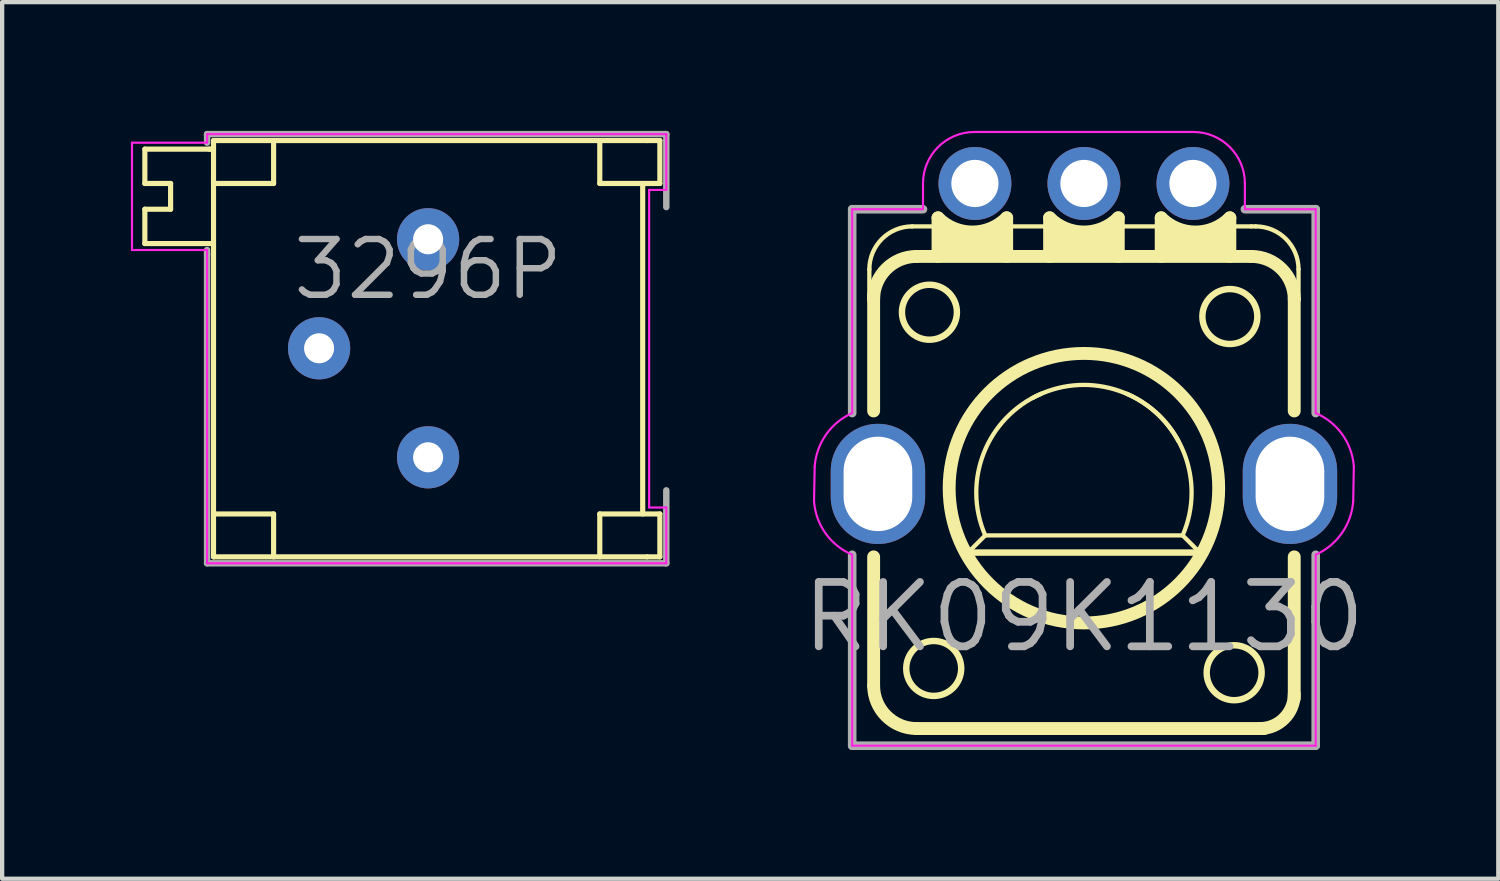
<source format=kicad_pcb>
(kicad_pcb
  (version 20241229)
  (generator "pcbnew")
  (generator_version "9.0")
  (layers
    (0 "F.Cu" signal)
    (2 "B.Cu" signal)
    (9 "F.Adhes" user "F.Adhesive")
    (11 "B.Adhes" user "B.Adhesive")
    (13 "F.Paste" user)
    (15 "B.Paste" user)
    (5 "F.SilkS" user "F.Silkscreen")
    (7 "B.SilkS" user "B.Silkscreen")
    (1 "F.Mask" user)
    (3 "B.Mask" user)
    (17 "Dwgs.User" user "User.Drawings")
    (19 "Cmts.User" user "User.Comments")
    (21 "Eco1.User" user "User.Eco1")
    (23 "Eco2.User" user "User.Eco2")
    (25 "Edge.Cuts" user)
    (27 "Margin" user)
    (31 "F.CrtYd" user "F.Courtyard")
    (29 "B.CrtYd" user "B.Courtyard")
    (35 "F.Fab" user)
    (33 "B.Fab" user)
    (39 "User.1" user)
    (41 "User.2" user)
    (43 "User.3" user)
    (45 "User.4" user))
  (footprint "3296P"
    (layer "F.Cu")
    (at 6.925 5.025)
    (property "Reference" "3296P" (at 0 -1.8 0) (layer "F.Fab") (effects (font (size 1.3 1.3) (thickness 0.15))))
    (attr through_hole)
    (fp_line (start -6.6 -4.6) (end -6.6 -3.8) (stroke (width 0.12) (type solid)) (layer "F.SilkS"))
    (fp_line (start -6.6 -3.8) (end -6 -3.8) (stroke (width 0.12) (type solid)) (layer "F.SilkS"))
    (fp_line (start -6.6 -3.2) (end -6.6 -2.4) (stroke (width 0.12) (type solid)) (layer "F.SilkS"))
    (fp_line (start -6.6 -2.4) (end -5.1 -2.4) (stroke (width 0.12) (type solid)) (layer "F.SilkS"))
    (fp_line (start -6 -3.8) (end -6 -3.2) (stroke (width 0.12) (type solid)) (layer "F.SilkS"))
    (fp_line (start -6 -3.2) (end -6.6 -3.2) (stroke (width 0.12) (type solid)) (layer "F.SilkS"))
    (fp_line (start -5.1 -4.6) (end -6.6 -4.6) (stroke (width 0.12) (type solid)) (layer "F.SilkS"))
    (fp_line (start -5.1 -4.6) (end -5.05 -4.6) (stroke (width 0.12) (type solid)) (layer "F.SilkS"))
    (fp_line (start -5.1 -2.4) (end -5 -2.4) (stroke (width 0.12) (type solid)) (layer "F.SilkS"))
    (fp_line (start -5.05 -4.6) (end -5 -4.6) (stroke (width 0.12) (type solid)) (layer "F.SilkS"))
    (fp_line (start -5 -4.8) (end 5.1 -4.8) (stroke (width 0.12) (type solid)) (layer "F.SilkS"))
    (fp_line (start -5 4.9) (end -5 -4.8) (stroke (width 0.12) (type solid)) (layer "F.SilkS"))
    (fp_line (start -5 4.9) (end 5.1 4.9) (stroke (width 0.12) (type solid)) (layer "F.SilkS"))
    (fp_line (start -3.6 -4.8) (end -3.6 -3.8) (stroke (width 0.12) (type solid)) (layer "F.SilkS"))
    (fp_line (start -3.6 -3.8) (end -5 -3.8) (stroke (width 0.12) (type solid)) (layer "F.SilkS"))
    (fp_line (start -3.6 3.9) (end -5 3.9) (stroke (width 0.12) (type solid)) (layer "F.SilkS"))
    (fp_line (start -3.6 3.9) (end -3.6 4.9) (stroke (width 0.12) (type solid)) (layer "F.SilkS"))
    (fp_line (start 4 -4.8) (end 4 -3.8) (stroke (width 0.12) (type solid)) (layer "F.SilkS"))
    (fp_line (start 4 3.9) (end 4 4.9) (stroke (width 0.12) (type solid)) (layer "F.SilkS"))
    (fp_line (start 5 3.9) (end 5 -3.8) (stroke (width 0.12) (type solid)) (layer "F.SilkS"))
    (fp_line (start 5.1 -4.8) (end 5.4 -4.8) (stroke (width 0.12) (type solid)) (layer "F.SilkS"))
    (fp_line (start 5.4 -4.8) (end 5.4 -3.8) (stroke (width 0.12) (type solid)) (layer "F.SilkS"))
    (fp_line (start 5.4 -3.8) (end 4 -3.8) (stroke (width 0.12) (type solid)) (layer "F.SilkS"))
    (fp_line (start 5.4 3.9) (end 4 3.9) (stroke (width 0.12) (type solid)) (layer "F.SilkS"))
    (fp_line (start 5.4 3.9) (end 5.4 4.9) (stroke (width 0.12) (type solid)) (layer "F.SilkS"))
    (fp_line (start 5.4 4.9) (end 5.1 4.9) (stroke (width 0.12) (type solid)) (layer "F.SilkS"))
    (fp_line (start -6.9 -4.75) (end -6.9 -2.25) (stroke (width 0.05) (type solid)) (layer "F.CrtYd"))
    (fp_line (start -6.9 -2.25) (end -5.15 -2.25) (stroke (width 0.05) (type solid)) (layer "F.CrtYd"))
    (fp_line (start -5.15 -4.95) (end -5.15 -4.75) (stroke (width 0.05) (type solid)) (layer "F.CrtYd"))
    (fp_line (start -5.15 -4.75) (end -6.9 -4.75) (stroke (width 0.05) (type solid)) (layer "F.CrtYd"))
    (fp_line (start -5.15 -2.25) (end -5.15 5.05) (stroke (width 0.05) (type solid)) (layer "F.CrtYd"))
    (fp_line (start -5.15 5.05) (end 5.55 5.05) (stroke (width 0.05) (type solid)) (layer "F.CrtYd"))
    (fp_line (start 5.15 -3.65) (end 5.55 -3.65) (stroke (width 0.05) (type solid)) (layer "F.CrtYd"))
    (fp_line (start 5.15 3.75) (end 5.15 -3.65) (stroke (width 0.05) (type solid)) (layer "F.CrtYd"))
    (fp_line (start 5.55 -4.95) (end -5.15 -4.95) (stroke (width 0.05) (type solid)) (layer "F.CrtYd"))
    (fp_line (start 5.55 -3.65) (end 5.55 -4.95) (stroke (width 0.05) (type solid)) (layer "F.CrtYd"))
    (fp_line (start 5.55 3.75) (end 5.15 3.75) (stroke (width 0.05) (type solid)) (layer "F.CrtYd"))
    (fp_line (start 5.55 5.05) (end 5.55 3.75) (stroke (width 0.05) (type solid)) (layer "F.CrtYd"))
    (fp_line (start -5.15 -4.95) (end -5.15 -4.75) (stroke (width 0.15) (type solid)) (layer "F.Fab"))
    (fp_line (start -5.15 -2.15) (end -5.15 -2.25) (stroke (width 0.15) (type solid)) (layer "F.Fab"))
    (fp_line (start -5.15 -2.15) (end -5.15 5.05) (stroke (width 0.15) (type solid)) (layer "F.Fab"))
    (fp_line (start -5.15 5.05) (end 5.55 5.05) (stroke (width 0.15) (type solid)) (layer "F.Fab"))
    (fp_line (start 5.55 -4.95) (end -5.15 -4.95) (stroke (width 0.15) (type solid)) (layer "F.Fab"))
    (fp_line (start 5.55 -3.25) (end 5.55 -4.95) (stroke (width 0.15) (type solid)) (layer "F.Fab"))
    (fp_line (start 5.55 5.05) (end 5.55 3.35) (stroke (width 0.15) (type solid)) (layer "F.Fab"))
    (pad "1" thru_hole circle (at 0 -2.5) (size 1.45 1.45) (drill 0.7) (layers "*.Cu" "*.Mask"))
    (pad "2" thru_hole circle (at -2.54 0.04) (size 1.45 1.45) (drill 0.7) (layers "*.Cu" "*.Mask"))
    (pad "3" thru_hole circle (at 0 2.58) (size 1.45 1.45) (drill 0.7) (layers "*.Cu" "*.Mask")))
  (footprint "RK09K1130"
    (layer "F.Cu")
    (at 22.206 1.225)
    (property "Reference" "RK09K1130" (at 0 10.1 0) (layer "F.Fab") (effects (font (size 1.5 1.5) (thickness 0.18))))
    (attr through_hole)
    (fp_line (start -5 2) (end -5 2.7) (stroke (width 0.1) (type solid)) (layer "F.SilkS"))
    (fp_line (start -4.9 2.6) (end -4.9 5.3) (stroke (width 0.3) (type solid)) (layer "F.SilkS"))
    (fp_line (start -4.9 11.7) (end -4.9 8.7) (stroke (width 0.3) (type solid)) (layer "F.SilkS"))
    (fp_line (start -3.9 1.7) (end 3.9 1.7) (stroke (width 0.3) (type solid)) (layer "F.SilkS"))
    (fp_line (start -3.9 12.7) (end 4.2 12.7) (stroke (width 0.3) (type solid)) (layer "F.SilkS"))
    (fp_line (start -3.4 0.8) (end -3.4 1.7) (stroke (width 0.3) (type solid)) (layer "F.SilkS"))
    (fp_line (start -3.4 1) (end -4 1) (stroke (width 0.1) (type solid)) (layer "F.SilkS"))
    (fp_line (start -2.8 8.6) (end 2.8 8.6) (stroke (width 0.15) (type solid)) (layer "F.SilkS"))
    (fp_line (start -2.7 8.6) (end -2.3 8.2) (stroke (width 0.1) (type solid)) (layer "F.SilkS"))
    (fp_line (start -2.3 8.2) (end 2.3 8.2) (stroke (width 0.1) (type solid)) (layer "F.SilkS"))
    (fp_line (start -1.8 0.8) (end -1.8 1.7) (stroke (width 0.3) (type solid)) (layer "F.SilkS"))
    (fp_line (start -0.8 0.8) (end -0.8 1.7) (stroke (width 0.3) (type solid)) (layer "F.SilkS"))
    (fp_line (start -0.8 1) (end -1.8 1) (stroke (width 0.1) (type solid)) (layer "F.SilkS"))
    (fp_line (start 0.8 0.8) (end 0.8 1.7) (stroke (width 0.3) (type solid)) (layer "F.SilkS"))
    (fp_line (start 1.7 1) (end 0.9 1) (stroke (width 0.1) (type solid)) (layer "F.SilkS"))
    (fp_line (start 1.8 0.8) (end 1.8 1.7) (stroke (width 0.3) (type solid)) (layer "F.SilkS"))
    (fp_line (start 2.7 8.6) (end 2.3 8.2) (stroke (width 0.1) (type solid)) (layer "F.SilkS"))
    (fp_line (start 3.4 0.8) (end 3.4 1.7) (stroke (width 0.3) (type solid)) (layer "F.SilkS"))
    (fp_line (start 3.9 1) (end 3.5 1) (stroke (width 0.1) (type solid)) (layer "F.SilkS"))
    (fp_line (start 4 1) (end 3.9 1) (stroke (width 0.1) (type solid)) (layer "F.SilkS"))
    (fp_line (start 4.9 2.7) (end 4.9 5.3) (stroke (width 0.3) (type solid)) (layer "F.SilkS"))
    (fp_line (start 4.9 12) (end 4.9 8.7) (stroke (width 0.3) (type solid)) (layer "F.SilkS"))
    (fp_line (start 5 2) (end 5 2.7) (stroke (width 0.1) (type solid)) (layer "F.SilkS"))
    (fp_arc (start -5 2) (mid -4.707107 1.292893) (end -4 1) (stroke (width 0.1) (type solid)) (layer "F.SilkS"))
    (fp_arc (start -4.9 2.7) (mid -4.607107 1.992893) (end -3.9 1.7) (stroke (width 0.3) (type solid)) (layer "F.SilkS"))
    (fp_arc (start -3.9 12.7) (mid -4.607107 12.407107) (end -4.9 11.7) (stroke (width 0.3) (type solid)) (layer "F.SilkS"))
    (fp_arc (start -2.3 8.2) (mid -2.333452 6.280761) (end -1 4.9) (stroke (width 0.1) (type solid)) (layer "F.SilkS"))
    (fp_arc (start -1.8 0.8) (mid -2.6 1.131371) (end -3.4 0.8) (stroke (width 0.3) (type solid)) (layer "F.SilkS"))
    (fp_arc (start -1.2 5) (mid 0.707107 4.795837) (end 2.2 6) (stroke (width 0.1) (type solid)) (layer "F.SilkS"))
    (fp_arc (start 0.8 0.8) (mid 0 1.131371) (end -0.8 0.8) (stroke (width 0.3) (type solid)) (layer "F.SilkS"))
    (fp_arc (start 1 4.9) (mid 2.333452 6.280761) (end 2.3 8.2) (stroke (width 0.1) (type solid)) (layer "F.SilkS"))
    (fp_arc (start 3.4 0.8) (mid 2.6 1.131371) (end 1.8 0.8) (stroke (width 0.3) (type solid)) (layer "F.SilkS"))
    (fp_arc (start 3.9 1.7) (mid 4.607107 1.992893) (end 4.9 2.7) (stroke (width 0.3) (type solid)) (layer "F.SilkS"))
    (fp_arc (start 4 1) (mid 4.707107 1.292893) (end 5 2) (stroke (width 0.1) (type solid)) (layer "F.SilkS"))
    (fp_arc (start 4.9 11.9) (mid 4.665685 12.465685) (end 4.1 12.7) (stroke (width 0.3) (type solid)) (layer "F.SilkS"))
    (fp_circle (center -3.6 3) (end -3.2 3.5) (stroke (width 0.15) (type solid)) (fill no) (layer "F.SilkS"))
    (fp_circle (center -3.5 11.3) (end -3.1 11.8) (stroke (width 0.15) (type solid)) (fill no) (layer "F.SilkS"))
    (fp_circle (center 0 7.1) (end 0.5 10.2) (stroke (width 0.3) (type solid)) (fill no) (layer "F.SilkS"))
    (fp_circle (center 3.4 3.1) (end 3.8 3.6) (stroke (width 0.15) (type solid)) (fill no) (layer "F.SilkS"))
    (fp_circle (center 3.5 11.4) (end 3.9 11.9) (stroke (width 0.15) (type solid)) (fill no) (layer "F.SilkS"))
    (fp_poly (pts (xy -1.8 1.7) (xy -3.4 1.7) (xy -3.4 0.9) (xy -2.6 1.2) (xy -1.8 0.9)) (stroke (width 0.1) (type solid)) (fill yes) (layer "F.SilkS"))
    (fp_poly (pts (xy 0.8 1.7) (xy -0.8 1.7) (xy -0.8 0.9) (xy 0 1.2) (xy 0.8 0.9)) (stroke (width 0.1) (type solid)) (fill yes) (layer "F.SilkS"))
    (fp_poly (pts (xy 3.4 1.7) (xy 1.8 1.7) (xy 1.8 0.9) (xy 2.6 1.2) (xy 3.4 0.9)) (stroke (width 0.1) (type solid)) (fill yes) (layer "F.SilkS"))
    (fp_line (start -6.274 6.6) (end -6.289 7.399) (stroke (width 0.05) (type solid)) (layer "F.CrtYd"))
    (fp_line (start -5.4 5.35) (end -5.4 0.6) (stroke (width 0.05) (type solid)) (layer "F.CrtYd"))
    (fp_line (start -5.4 13.1) (end -5.4 8.65) (stroke (width 0.05) (type solid)) (layer "F.CrtYd"))
    (fp_line (start -3.75 0) (end -3.75 0.6) (stroke (width 0.05) (type solid)) (layer "F.CrtYd"))
    (fp_line (start -3.75 0.6) (end -5.4 0.6) (stroke (width 0.05) (type solid)) (layer "F.CrtYd"))
    (fp_line (start -2.55 -1.2) (end 2.55 -1.2) (stroke (width 0.05) (type solid)) (layer "F.CrtYd"))
    (fp_line (start 3.75 0) (end 3.75 0.6) (stroke (width 0.05) (type solid)) (layer "F.CrtYd"))
    (fp_line (start 5.4 0.6) (end 3.75 0.6) (stroke (width 0.05) (type solid)) (layer "F.CrtYd"))
    (fp_line (start 5.4 0.6) (end 5.4 5.35) (stroke (width 0.05) (type solid)) (layer "F.CrtYd"))
    (fp_line (start 5.4 8.65) (end 5.4 13.1) (stroke (width 0.05) (type solid)) (layer "F.CrtYd"))
    (fp_line (start 5.4 13.1) (end -5.4 13.1) (stroke (width 0.05) (type solid)) (layer "F.CrtYd"))
    (fp_line (start 6.274 7.4) (end 6.289 6.601) (stroke (width 0.05) (type solid)) (layer "F.CrtYd"))
    (fp_arc (start -6.273956 6.600228) (mid -6.010823 5.85359) (end -5.4 5.35) (stroke (width 0.05) (type solid)) (layer "F.CrtYd"))
    (fp_arc (start -5.4 8.65) (mid -6.021146 8.150546) (end -6.289381 7.399996) (stroke (width 0.05) (type solid)) (layer "F.CrtYd"))
    (fp_arc (start -3.75 0) (mid -3.398528 -0.848528) (end -2.55 -1.2) (stroke (width 0.05) (type solid)) (layer "F.CrtYd"))
    (fp_arc (start 2.55 -1.2) (mid 3.398528 -0.848528) (end 3.75 0) (stroke (width 0.05) (type solid)) (layer "F.CrtYd"))
    (fp_arc (start 5.4 5.35) (mid 6.021146 5.849454) (end 6.289381 6.600004) (stroke (width 0.05) (type solid)) (layer "F.CrtYd"))
    (fp_arc (start 6.273956 7.399772) (mid 6.010823 8.14641) (end 5.4 8.65) (stroke (width 0.05) (type solid)) (layer "F.CrtYd"))
    (fp_line (start -5.4 0.6) (end -5.4 5.35) (stroke (width 0.2) (type solid)) (layer "F.Fab"))
    (fp_line (start -5.4 0.6) (end -3.75 0.6) (stroke (width 0.2) (type solid)) (layer "F.Fab"))
    (fp_line (start -5.4 8.65) (end -5.4 13.1) (stroke (width 0.2) (type solid)) (layer "F.Fab"))
    (fp_line (start -5.4 13.1) (end 5.4 13.1) (stroke (width 0.2) (type solid)) (layer "F.Fab"))
    (fp_line (start 5.4 0.6) (end 3.75 0.6) (stroke (width 0.2) (type solid)) (layer "F.Fab"))
    (fp_line (start 5.4 0.6) (end 5.4 5.35) (stroke (width 0.2) (type solid)) (layer "F.Fab"))
    (fp_line (start 5.4 13.1) (end 5.4 8.65) (stroke (width 0.2) (type solid)) (layer "F.Fab"))
    (pad "1" thru_hole circle (at -2.54 0) (size 1.7 1.7) (drill 1.1) (layers "*.Cu" "*.Mask"))
    (pad "2" thru_hole circle (at 0 0) (size 1.7 1.7) (drill 1.1) (layers "*.Cu" "*.Mask"))
    (pad "3" thru_hole circle (at 2.54 0) (size 1.7 1.7) (drill 1.1) (layers "*.Cu" "*.Mask"))
    (pad "4" thru_hole oval (at -4.8 7) (size 2.2 2.8) (drill oval 1.6 2.2) (layers "*.Cu" "*.Mask"))
    (pad "4" thru_hole oval (at 4.8 7) (size 2.2 2.8) (drill oval 1.6 2.2) (layers "*.Cu" "*.Mask")))
  (gr_rect
    (start -3 -3)
    (end 31.861 17.425)
    (stroke (width 0.1) (type default))
    (fill no)
    (layer "Edge.Cuts")))
</source>
